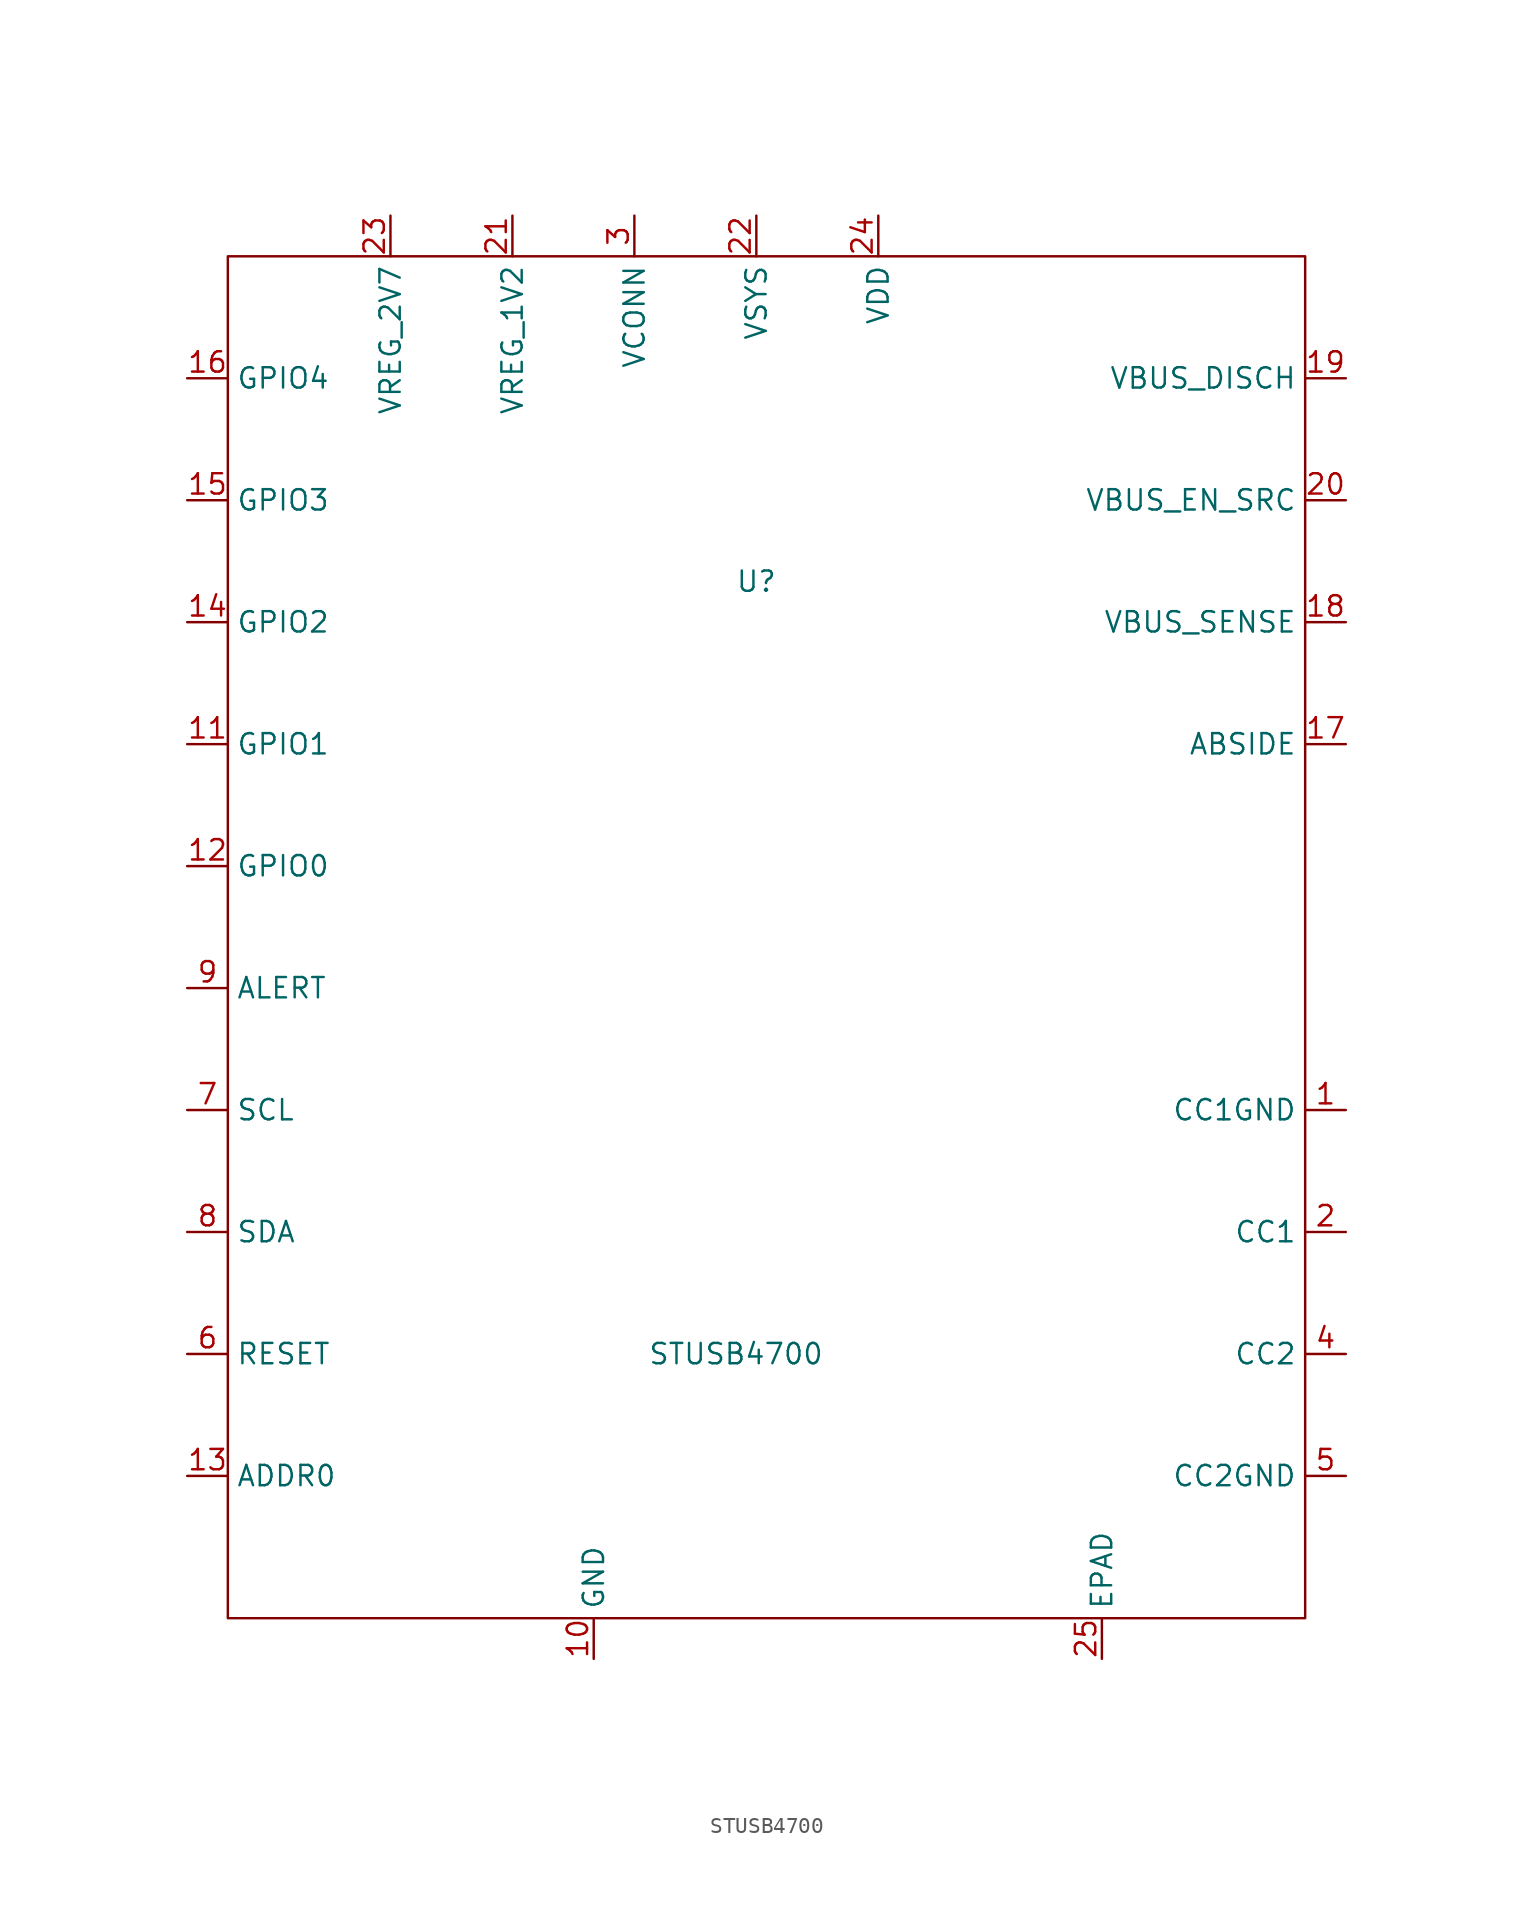
<source format=kicad_sym>
(kicad_symbol_lib
  (version 20211014)
  (generator kicad_symbol_editor)
  (symbol "STUSB4700"
    (property "Reference" "U"
      (at 0 38.1 0)
      (effects (font (size 1.27 1.27))))
    (property "Value" "STUSB4700"
      (at -1.27 -10.16 0)
      (effects (font (size 1.27 1.27))))
    (symbol "STUSB4700_0_1"
      (rectangle (start -33.02 58.42) (end 34.29 -26.67) (stroke (width 0) (type default) (color 0 0 0 0)) (fill (type none))))
    (symbol "STUSB4700_1_1"
      (pin input line (at 36.83 5.08 180) (length 2.54) (name "CC1GND" (effects (font (size 1.27 1.27)))) (number "1" (effects (font (size 1.27 1.27)))))
      (pin input line (at -10.16 -29.21 90) (length 2.54) (name "GND" (effects (font (size 1.27 1.27)))) (number "10" (effects (font (size 1.27 1.27)))))
      (pin output line (at -35.56 27.94 0) (length 2.54) (name "GPIO1" (effects (font (size 1.27 1.27)))) (number "11" (effects (font (size 1.27 1.27)))))
      (pin output line (at -35.56 20.32 0) (length 2.54) (name "GPIO0" (effects (font (size 1.27 1.27)))) (number "12" (effects (font (size 1.27 1.27)))))
      (pin output line (at -35.56 -17.78 0) (length 2.54) (name "ADDR0" (effects (font (size 1.27 1.27)))) (number "13" (effects (font (size 1.27 1.27)))))
      (pin output line (at -35.56 35.56 0) (length 2.54) (name "GPIO2" (effects (font (size 1.27 1.27)))) (number "14" (effects (font (size 1.27 1.27)))))
      (pin output line (at -35.56 43.18 0) (length 2.54) (name "GPIO3" (effects (font (size 1.27 1.27)))) (number "15" (effects (font (size 1.27 1.27)))))
      (pin output line (at -35.56 50.8 0) (length 2.54) (name "GPIO4" (effects (font (size 1.27 1.27)))) (number "16" (effects (font (size 1.27 1.27)))))
      (pin output line (at 36.83 27.94 180) (length 2.54) (name "ABSIDE" (effects (font (size 1.27 1.27)))) (number "17" (effects (font (size 1.27 1.27)))))
      (pin input line (at 36.83 35.56 180) (length 2.54) (name "VBUS_SENSE" (effects (font (size 1.27 1.27)))) (number "18" (effects (font (size 1.27 1.27)))))
      (pin output line (at 36.83 50.8 180) (length 2.54) (name "VBUS_DISCH" (effects (font (size 1.27 1.27)))) (number "19" (effects (font (size 1.27 1.27)))))
      (pin bidirectional line (at 36.83 -2.54 180) (length 2.54) (name "CC1" (effects (font (size 1.27 1.27)))) (number "2" (effects (font (size 1.27 1.27)))))
      (pin output line (at 36.83 43.18 180) (length 2.54) (name "VBUS_EN_SRC" (effects (font (size 1.27 1.27)))) (number "20" (effects (font (size 1.27 1.27)))))
      (pin output line (at -15.24 60.96 270) (length 2.54) (name "VREG_1V2" (effects (font (size 1.27 1.27)))) (number "21" (effects (font (size 1.27 1.27)))))
      (pin input line (at 0 60.96 270) (length 2.54) (name "VSYS" (effects (font (size 1.27 1.27)))) (number "22" (effects (font (size 1.27 1.27)))))
      (pin output line (at -22.86 60.96 270) (length 2.54) (name "VREG_2V7" (effects (font (size 1.27 1.27)))) (number "23" (effects (font (size 1.27 1.27)))))
      (pin input line (at 7.62 60.96 270) (length 2.54) (name "VDD" (effects (font (size 1.27 1.27)))) (number "24" (effects (font (size 1.27 1.27)))))
      (pin passive line (at 21.59 -29.21 90) (length 2.54) (name "EPAD" (effects (font (size 1.27 1.27)))) (number "25" (effects (font (size 1.27 1.27)))))
      (pin input line (at -7.62 60.96 270) (length 2.54) (name "VCONN" (effects (font (size 1.27 1.27)))) (number "3" (effects (font (size 1.27 1.27)))))
      (pin bidirectional line (at 36.83 -10.16 180) (length 2.54) (name "CC2" (effects (font (size 1.27 1.27)))) (number "4" (effects (font (size 1.27 1.27)))))
      (pin input line (at 36.83 -17.78 180) (length 2.54) (name "CC2GND" (effects (font (size 1.27 1.27)))) (number "5" (effects (font (size 1.27 1.27)))))
      (pin input line (at -35.56 -10.16 0) (length 2.54) (name "RESET" (effects (font (size 1.27 1.27)))) (number "6" (effects (font (size 1.27 1.27)))))
      (pin input line (at -35.56 5.08 0) (length 2.54) (name "SCL" (effects (font (size 1.27 1.27)))) (number "7" (effects (font (size 1.27 1.27)))))
      (pin bidirectional line (at -35.56 -2.54 0) (length 2.54) (name "SDA" (effects (font (size 1.27 1.27)))) (number "8" (effects (font (size 1.27 1.27)))))
      (pin output line (at -35.56 12.7 0) (length 2.54) (name "ALERT" (effects (font (size 1.27 1.27)))) (number "9" (effects (font (size 1.27 1.27))))))))
</source>
